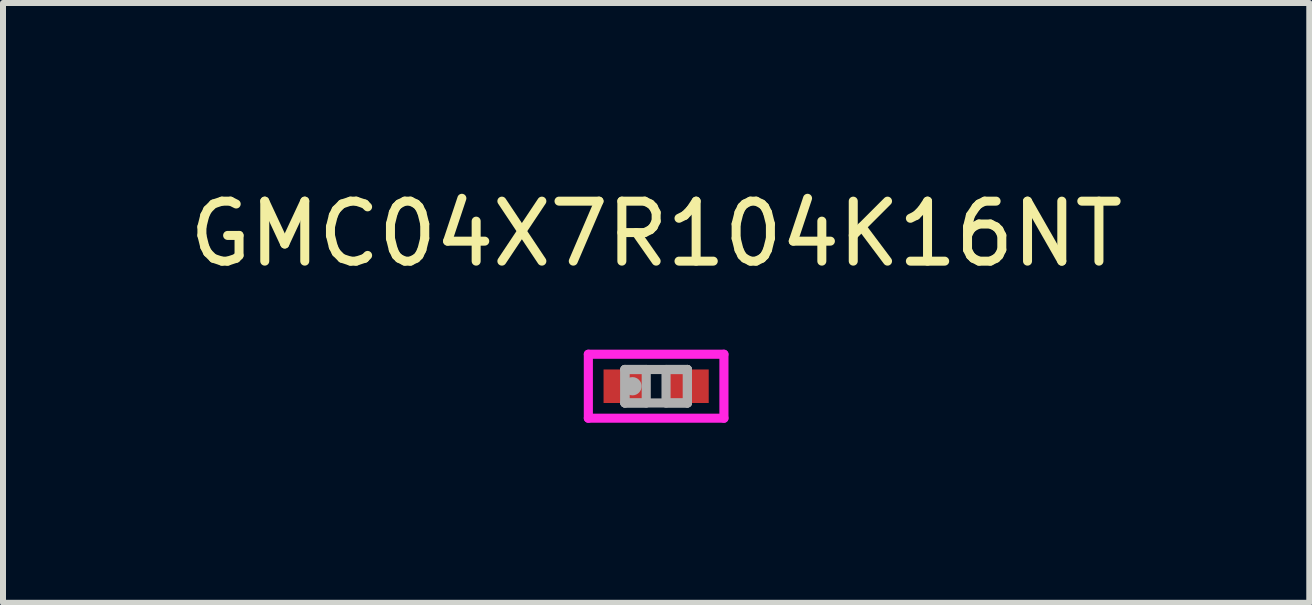
<source format=kicad_pcb>
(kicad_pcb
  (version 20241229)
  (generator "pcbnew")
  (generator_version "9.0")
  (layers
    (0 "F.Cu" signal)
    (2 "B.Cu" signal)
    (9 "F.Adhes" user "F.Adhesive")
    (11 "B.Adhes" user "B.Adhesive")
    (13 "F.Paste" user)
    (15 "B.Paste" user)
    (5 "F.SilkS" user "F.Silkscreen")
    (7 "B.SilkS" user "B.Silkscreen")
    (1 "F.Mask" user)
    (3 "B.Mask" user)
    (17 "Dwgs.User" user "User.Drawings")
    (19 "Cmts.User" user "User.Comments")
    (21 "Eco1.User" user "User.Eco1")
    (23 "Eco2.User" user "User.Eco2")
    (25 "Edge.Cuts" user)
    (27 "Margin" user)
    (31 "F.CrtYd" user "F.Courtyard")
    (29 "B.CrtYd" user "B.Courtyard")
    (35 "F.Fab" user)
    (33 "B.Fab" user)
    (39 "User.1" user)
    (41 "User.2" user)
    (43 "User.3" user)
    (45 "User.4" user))
  (footprint "GMC04X7R104K16NT"
    (layer "F.Cu")
    (at 7.887 3.388)
    (property "Reference" "GMC04X7R104K16NT" (at 0 -2.54 0) (layer "F.SilkS") (effects (font (size 1 1) (thickness 0.15))))
    (attr through_hole)
    (fp_line (start -1.13 -0.533) (end 1.13 -0.533) (stroke (width 0.152) (type solid)) (layer "F.CrtYd"))
    (fp_line (start -1.13 0.533) (end -1.13 -0.533) (stroke (width 0.152) (type solid)) (layer "F.CrtYd"))
    (fp_line (start 1.13 -0.533) (end 1.13 0.533) (stroke (width 0.152) (type solid)) (layer "F.CrtYd"))
    (fp_line (start 1.13 0.533) (end -1.13 0.533) (stroke (width 0.152) (type solid)) (layer "F.CrtYd"))
    (fp_line (start -0.521 -0.279) (end -0.521 0.279) (stroke (width 0.152) (type solid)) (layer "F.Fab"))
    (fp_line (start -0.521 -0.279) (end -0.521 0.279) (stroke (width 0.152) (type solid)) (layer "F.Fab"))
    (fp_line (start -0.521 0.279) (end -0.165 0.279) (stroke (width 0.152) (type solid)) (layer "F.Fab"))
    (fp_line (start -0.521 0.279) (end 0.521 0.279) (stroke (width 0.152) (type solid)) (layer "F.Fab"))
    (fp_line (start -0.165 -0.279) (end -0.521 -0.279) (stroke (width 0.152) (type solid)) (layer "F.Fab"))
    (fp_line (start -0.165 0.279) (end -0.165 -0.279) (stroke (width 0.152) (type solid)) (layer "F.Fab"))
    (fp_line (start 0.165 -0.279) (end 0.165 0.279) (stroke (width 0.152) (type solid)) (layer "F.Fab"))
    (fp_line (start 0.165 0.279) (end 0.521 0.279) (stroke (width 0.152) (type solid)) (layer "F.Fab"))
    (fp_line (start 0.521 -0.279) (end -0.521 -0.279) (stroke (width 0.152) (type solid)) (layer "F.Fab"))
    (fp_line (start 0.521 -0.279) (end 0.165 -0.279) (stroke (width 0.152) (type solid)) (layer "F.Fab"))
    (fp_line (start 0.521 0.279) (end 0.521 -0.279) (stroke (width 0.152) (type solid)) (layer "F.Fab"))
    (fp_line (start 0.521 0.279) (end 0.521 -0.279) (stroke (width 0.152) (type solid)) (layer "F.Fab"))
    (fp_circle (center -0.394 0) (end -0.394 0) (stroke (width 0.152) (type solid)) (fill no) (layer "F.Fab"))
    (pad "1" smd rect (at -0.521 0) (size 0.711 0.559) (layers "F.Cu" "F.Mask" "F.Paste"))
    (pad "2" smd rect (at 0.521 0) (size 0.711 0.559) (layers "F.Cu" "F.Mask" "F.Paste")))
  (gr_rect
    (start -3 -3)
    (end 18.774 6.998)
    (stroke (width 0.1) (type default))
    (fill no)
    (layer "Edge.Cuts")))
</source>
